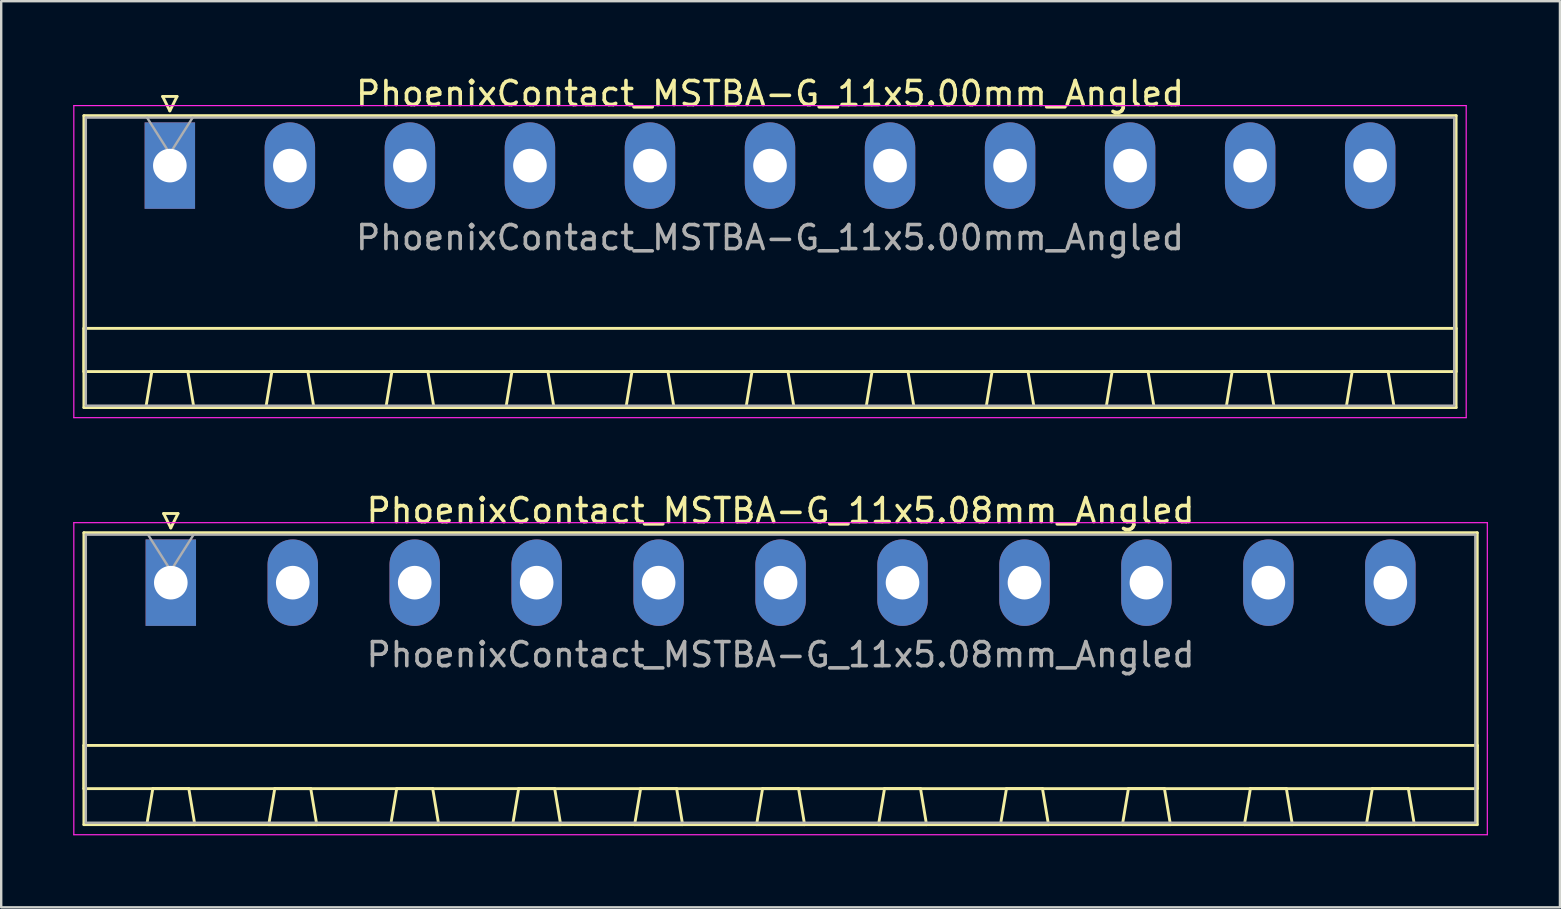
<source format=kicad_pcb>
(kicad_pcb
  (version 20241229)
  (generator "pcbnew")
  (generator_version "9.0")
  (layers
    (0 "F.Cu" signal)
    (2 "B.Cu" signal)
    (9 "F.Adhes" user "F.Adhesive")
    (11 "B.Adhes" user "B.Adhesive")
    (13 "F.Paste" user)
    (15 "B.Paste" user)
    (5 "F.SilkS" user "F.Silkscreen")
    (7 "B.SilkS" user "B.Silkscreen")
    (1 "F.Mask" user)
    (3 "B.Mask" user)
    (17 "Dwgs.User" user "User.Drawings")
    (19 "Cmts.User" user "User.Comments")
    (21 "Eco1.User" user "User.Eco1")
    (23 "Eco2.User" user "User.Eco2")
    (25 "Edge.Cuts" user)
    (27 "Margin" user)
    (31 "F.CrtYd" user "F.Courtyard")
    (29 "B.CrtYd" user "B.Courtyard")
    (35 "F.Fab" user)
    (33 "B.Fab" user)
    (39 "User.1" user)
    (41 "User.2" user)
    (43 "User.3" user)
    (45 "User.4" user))
  (footprint "PhoenixContact_MSTBA-G_11x5.08mm_Angled"
    (layer "F.Cu")
    (at 4.065 21.221)
    (property "Reference" "PhoenixContact_MSTBA-G_11x5.08mm_Angled" (at 25.4 -3 0) (layer "F.SilkS") (effects (font (size 1 1) (thickness 0.15))))
    (attr through_hole)
    (fp_line (start -3.62 -2.08) (end -3.62 10.08) (stroke (width 0.12) (type solid)) (layer "F.SilkS"))
    (fp_line (start -3.62 6.78) (end 54.42 6.78) (stroke (width 0.12) (type solid)) (layer "F.SilkS"))
    (fp_line (start -3.62 8.58) (end -3.62 6.78) (stroke (width 0.12) (type solid)) (layer "F.SilkS"))
    (fp_line (start -3.62 10.08) (end 54.42 10.08) (stroke (width 0.12) (type solid)) (layer "F.SilkS"))
    (fp_line (start -1 10.08) (end 1 10.08) (stroke (width 0.12) (type solid)) (layer "F.SilkS"))
    (fp_line (start -0.75 8.58) (end -1 10.08) (stroke (width 0.12) (type solid)) (layer "F.SilkS"))
    (fp_line (start -0.3 -2.88) (end 0.3 -2.88) (stroke (width 0.12) (type solid)) (layer "F.SilkS"))
    (fp_line (start 0 -2.28) (end -0.3 -2.88) (stroke (width 0.12) (type solid)) (layer "F.SilkS"))
    (fp_line (start 0.3 -2.88) (end 0 -2.28) (stroke (width 0.12) (type solid)) (layer "F.SilkS"))
    (fp_line (start 0.75 8.58) (end -0.75 8.58) (stroke (width 0.12) (type solid)) (layer "F.SilkS"))
    (fp_line (start 1 10.08) (end 0.75 8.58) (stroke (width 0.12) (type solid)) (layer "F.SilkS"))
    (fp_line (start 4.08 10.08) (end 6.08 10.08) (stroke (width 0.12) (type solid)) (layer "F.SilkS"))
    (fp_line (start 4.33 8.58) (end 4.08 10.08) (stroke (width 0.12) (type solid)) (layer "F.SilkS"))
    (fp_line (start 5.83 8.58) (end 4.33 8.58) (stroke (width 0.12) (type solid)) (layer "F.SilkS"))
    (fp_line (start 6.08 10.08) (end 5.83 8.58) (stroke (width 0.12) (type solid)) (layer "F.SilkS"))
    (fp_line (start 9.16 10.08) (end 11.16 10.08) (stroke (width 0.12) (type solid)) (layer "F.SilkS"))
    (fp_line (start 9.41 8.58) (end 9.16 10.08) (stroke (width 0.12) (type solid)) (layer "F.SilkS"))
    (fp_line (start 10.91 8.58) (end 9.41 8.58) (stroke (width 0.12) (type solid)) (layer "F.SilkS"))
    (fp_line (start 11.16 10.08) (end 10.91 8.58) (stroke (width 0.12) (type solid)) (layer "F.SilkS"))
    (fp_line (start 14.24 10.08) (end 16.24 10.08) (stroke (width 0.12) (type solid)) (layer "F.SilkS"))
    (fp_line (start 14.49 8.58) (end 14.24 10.08) (stroke (width 0.12) (type solid)) (layer "F.SilkS"))
    (fp_line (start 15.99 8.58) (end 14.49 8.58) (stroke (width 0.12) (type solid)) (layer "F.SilkS"))
    (fp_line (start 16.24 10.08) (end 15.99 8.58) (stroke (width 0.12) (type solid)) (layer "F.SilkS"))
    (fp_line (start 19.32 10.08) (end 21.32 10.08) (stroke (width 0.12) (type solid)) (layer "F.SilkS"))
    (fp_line (start 19.57 8.58) (end 19.32 10.08) (stroke (width 0.12) (type solid)) (layer "F.SilkS"))
    (fp_line (start 21.07 8.58) (end 19.57 8.58) (stroke (width 0.12) (type solid)) (layer "F.SilkS"))
    (fp_line (start 21.32 10.08) (end 21.07 8.58) (stroke (width 0.12) (type solid)) (layer "F.SilkS"))
    (fp_line (start 24.4 10.08) (end 26.4 10.08) (stroke (width 0.12) (type solid)) (layer "F.SilkS"))
    (fp_line (start 24.65 8.58) (end 24.4 10.08) (stroke (width 0.12) (type solid)) (layer "F.SilkS"))
    (fp_line (start 26.15 8.58) (end 24.65 8.58) (stroke (width 0.12) (type solid)) (layer "F.SilkS"))
    (fp_line (start 26.4 10.08) (end 26.15 8.58) (stroke (width 0.12) (type solid)) (layer "F.SilkS"))
    (fp_line (start 29.48 10.08) (end 31.48 10.08) (stroke (width 0.12) (type solid)) (layer "F.SilkS"))
    (fp_line (start 29.73 8.58) (end 29.48 10.08) (stroke (width 0.12) (type solid)) (layer "F.SilkS"))
    (fp_line (start 31.23 8.58) (end 29.73 8.58) (stroke (width 0.12) (type solid)) (layer "F.SilkS"))
    (fp_line (start 31.48 10.08) (end 31.23 8.58) (stroke (width 0.12) (type solid)) (layer "F.SilkS"))
    (fp_line (start 34.56 10.08) (end 36.56 10.08) (stroke (width 0.12) (type solid)) (layer "F.SilkS"))
    (fp_line (start 34.81 8.58) (end 34.56 10.08) (stroke (width 0.12) (type solid)) (layer "F.SilkS"))
    (fp_line (start 36.31 8.58) (end 34.81 8.58) (stroke (width 0.12) (type solid)) (layer "F.SilkS"))
    (fp_line (start 36.56 10.08) (end 36.31 8.58) (stroke (width 0.12) (type solid)) (layer "F.SilkS"))
    (fp_line (start 39.64 10.08) (end 41.64 10.08) (stroke (width 0.12) (type solid)) (layer "F.SilkS"))
    (fp_line (start 39.89 8.58) (end 39.64 10.08) (stroke (width 0.12) (type solid)) (layer "F.SilkS"))
    (fp_line (start 41.39 8.58) (end 39.89 8.58) (stroke (width 0.12) (type solid)) (layer "F.SilkS"))
    (fp_line (start 41.64 10.08) (end 41.39 8.58) (stroke (width 0.12) (type solid)) (layer "F.SilkS"))
    (fp_line (start 44.72 10.08) (end 46.72 10.08) (stroke (width 0.12) (type solid)) (layer "F.SilkS"))
    (fp_line (start 44.97 8.58) (end 44.72 10.08) (stroke (width 0.12) (type solid)) (layer "F.SilkS"))
    (fp_line (start 46.47 8.58) (end 44.97 8.58) (stroke (width 0.12) (type solid)) (layer "F.SilkS"))
    (fp_line (start 46.72 10.08) (end 46.47 8.58) (stroke (width 0.12) (type solid)) (layer "F.SilkS"))
    (fp_line (start 49.8 10.08) (end 51.8 10.08) (stroke (width 0.12) (type solid)) (layer "F.SilkS"))
    (fp_line (start 50.05 8.58) (end 49.8 10.08) (stroke (width 0.12) (type solid)) (layer "F.SilkS"))
    (fp_line (start 51.55 8.58) (end 50.05 8.58) (stroke (width 0.12) (type solid)) (layer "F.SilkS"))
    (fp_line (start 51.8 10.08) (end 51.55 8.58) (stroke (width 0.12) (type solid)) (layer "F.SilkS"))
    (fp_line (start 54.42 -2.08) (end -3.62 -2.08) (stroke (width 0.12) (type solid)) (layer "F.SilkS"))
    (fp_line (start 54.42 6.78) (end 54.42 8.58) (stroke (width 0.12) (type solid)) (layer "F.SilkS"))
    (fp_line (start 54.42 8.58) (end -3.62 8.58) (stroke (width 0.12) (type solid)) (layer "F.SilkS"))
    (fp_line (start 54.42 10.08) (end 54.42 -2.08) (stroke (width 0.12) (type solid)) (layer "F.SilkS"))
    (fp_line (start -4.04 -2.5) (end -4.04 10.5) (stroke (width 0.05) (type solid)) (layer "F.CrtYd"))
    (fp_line (start -4.04 10.5) (end 54.84 10.5) (stroke (width 0.05) (type solid)) (layer "F.CrtYd"))
    (fp_line (start 54.84 -2.5) (end -4.04 -2.5) (stroke (width 0.05) (type solid)) (layer "F.CrtYd"))
    (fp_line (start 54.84 10.5) (end 54.84 -2.5) (stroke (width 0.05) (type solid)) (layer "F.CrtYd"))
    (fp_line (start -3.54 -2) (end -3.54 10) (stroke (width 0.1) (type solid)) (layer "F.Fab"))
    (fp_line (start -3.54 10) (end 54.34 10) (stroke (width 0.1) (type solid)) (layer "F.Fab"))
    (fp_line (start 0 -0.5) (end -0.95 -2) (stroke (width 0.1) (type solid)) (layer "F.Fab"))
    (fp_line (start 0.95 -2) (end 0 -0.5) (stroke (width 0.1) (type solid)) (layer "F.Fab"))
    (fp_line (start 54.34 -2) (end -3.54 -2) (stroke (width 0.1) (type solid)) (layer "F.Fab"))
    (fp_line (start 54.34 10) (end 54.34 -2) (stroke (width 0.1) (type solid)) (layer "F.Fab"))
    (fp_text user "${REFERENCE}" (at 25.4 3 0) (layer "F.Fab") (effects (font (size 1 1) (thickness 0.15))))
    (pad "1" thru_hole rect (at 0 0) (size 2.1 3.6) (drill 1.4) (layers "*.Cu" "*.Mask"))
    (pad "2" thru_hole oval (at 5.08 0) (size 2.1 3.6) (drill 1.4) (layers "*.Cu" "*.Mask"))
    (pad "3" thru_hole oval (at 10.16 0) (size 2.1 3.6) (drill 1.4) (layers "*.Cu" "*.Mask"))
    (pad "4" thru_hole oval (at 15.24 0) (size 2.1 3.6) (drill 1.4) (layers "*.Cu" "*.Mask"))
    (pad "5" thru_hole oval (at 20.32 0) (size 2.1 3.6) (drill 1.4) (layers "*.Cu" "*.Mask"))
    (pad "6" thru_hole oval (at 25.4 0) (size 2.1 3.6) (drill 1.4) (layers "*.Cu" "*.Mask"))
    (pad "7" thru_hole oval (at 30.48 0) (size 2.1 3.6) (drill 1.4) (layers "*.Cu" "*.Mask"))
    (pad "8" thru_hole oval (at 35.56 0) (size 2.1 3.6) (drill 1.4) (layers "*.Cu" "*.Mask"))
    (pad "9" thru_hole oval (at 40.64 0) (size 2.1 3.6) (drill 1.4) (layers "*.Cu" "*.Mask"))
    (pad "10" thru_hole oval (at 45.72 0) (size 2.1 3.6) (drill 1.4) (layers "*.Cu" "*.Mask"))
    (pad "11" thru_hole oval (at 50.8 0) (size 2.1 3.6) (drill 1.4) (layers "*.Cu" "*.Mask")))
  (footprint "PhoenixContact_MSTBA-G_11x5.00mm_Angled"
    (layer "F.Cu")
    (at 4.025 3.848)
    (property "Reference" "PhoenixContact_MSTBA-G_11x5.00mm_Angled" (at 25 -3 0) (layer "F.SilkS") (effects (font (size 1 1) (thickness 0.15))))
    (attr through_hole)
    (fp_line (start -3.58 -2.08) (end -3.58 10.08) (stroke (width 0.12) (type solid)) (layer "F.SilkS"))
    (fp_line (start -3.58 6.78) (end 53.58 6.78) (stroke (width 0.12) (type solid)) (layer "F.SilkS"))
    (fp_line (start -3.58 8.58) (end -3.58 6.78) (stroke (width 0.12) (type solid)) (layer "F.SilkS"))
    (fp_line (start -3.58 10.08) (end 53.58 10.08) (stroke (width 0.12) (type solid)) (layer "F.SilkS"))
    (fp_line (start -1 10.08) (end 1 10.08) (stroke (width 0.12) (type solid)) (layer "F.SilkS"))
    (fp_line (start -0.75 8.58) (end -1 10.08) (stroke (width 0.12) (type solid)) (layer "F.SilkS"))
    (fp_line (start -0.3 -2.88) (end 0.3 -2.88) (stroke (width 0.12) (type solid)) (layer "F.SilkS"))
    (fp_line (start 0 -2.28) (end -0.3 -2.88) (stroke (width 0.12) (type solid)) (layer "F.SilkS"))
    (fp_line (start 0.3 -2.88) (end 0 -2.28) (stroke (width 0.12) (type solid)) (layer "F.SilkS"))
    (fp_line (start 0.75 8.58) (end -0.75 8.58) (stroke (width 0.12) (type solid)) (layer "F.SilkS"))
    (fp_line (start 1 10.08) (end 0.75 8.58) (stroke (width 0.12) (type solid)) (layer "F.SilkS"))
    (fp_line (start 4 10.08) (end 6 10.08) (stroke (width 0.12) (type solid)) (layer "F.SilkS"))
    (fp_line (start 4.25 8.58) (end 4 10.08) (stroke (width 0.12) (type solid)) (layer "F.SilkS"))
    (fp_line (start 5.75 8.58) (end 4.25 8.58) (stroke (width 0.12) (type solid)) (layer "F.SilkS"))
    (fp_line (start 6 10.08) (end 5.75 8.58) (stroke (width 0.12) (type solid)) (layer "F.SilkS"))
    (fp_line (start 9 10.08) (end 11 10.08) (stroke (width 0.12) (type solid)) (layer "F.SilkS"))
    (fp_line (start 9.25 8.58) (end 9 10.08) (stroke (width 0.12) (type solid)) (layer "F.SilkS"))
    (fp_line (start 10.75 8.58) (end 9.25 8.58) (stroke (width 0.12) (type solid)) (layer "F.SilkS"))
    (fp_line (start 11 10.08) (end 10.75 8.58) (stroke (width 0.12) (type solid)) (layer "F.SilkS"))
    (fp_line (start 14 10.08) (end 16 10.08) (stroke (width 0.12) (type solid)) (layer "F.SilkS"))
    (fp_line (start 14.25 8.58) (end 14 10.08) (stroke (width 0.12) (type solid)) (layer "F.SilkS"))
    (fp_line (start 15.75 8.58) (end 14.25 8.58) (stroke (width 0.12) (type solid)) (layer "F.SilkS"))
    (fp_line (start 16 10.08) (end 15.75 8.58) (stroke (width 0.12) (type solid)) (layer "F.SilkS"))
    (fp_line (start 19 10.08) (end 21 10.08) (stroke (width 0.12) (type solid)) (layer "F.SilkS"))
    (fp_line (start 19.25 8.58) (end 19 10.08) (stroke (width 0.12) (type solid)) (layer "F.SilkS"))
    (fp_line (start 20.75 8.58) (end 19.25 8.58) (stroke (width 0.12) (type solid)) (layer "F.SilkS"))
    (fp_line (start 21 10.08) (end 20.75 8.58) (stroke (width 0.12) (type solid)) (layer "F.SilkS"))
    (fp_line (start 24 10.08) (end 26 10.08) (stroke (width 0.12) (type solid)) (layer "F.SilkS"))
    (fp_line (start 24.25 8.58) (end 24 10.08) (stroke (width 0.12) (type solid)) (layer "F.SilkS"))
    (fp_line (start 25.75 8.58) (end 24.25 8.58) (stroke (width 0.12) (type solid)) (layer "F.SilkS"))
    (fp_line (start 26 10.08) (end 25.75 8.58) (stroke (width 0.12) (type solid)) (layer "F.SilkS"))
    (fp_line (start 29 10.08) (end 31 10.08) (stroke (width 0.12) (type solid)) (layer "F.SilkS"))
    (fp_line (start 29.25 8.58) (end 29 10.08) (stroke (width 0.12) (type solid)) (layer "F.SilkS"))
    (fp_line (start 30.75 8.58) (end 29.25 8.58) (stroke (width 0.12) (type solid)) (layer "F.SilkS"))
    (fp_line (start 31 10.08) (end 30.75 8.58) (stroke (width 0.12) (type solid)) (layer "F.SilkS"))
    (fp_line (start 34 10.08) (end 36 10.08) (stroke (width 0.12) (type solid)) (layer "F.SilkS"))
    (fp_line (start 34.25 8.58) (end 34 10.08) (stroke (width 0.12) (type solid)) (layer "F.SilkS"))
    (fp_line (start 35.75 8.58) (end 34.25 8.58) (stroke (width 0.12) (type solid)) (layer "F.SilkS"))
    (fp_line (start 36 10.08) (end 35.75 8.58) (stroke (width 0.12) (type solid)) (layer "F.SilkS"))
    (fp_line (start 39 10.08) (end 41 10.08) (stroke (width 0.12) (type solid)) (layer "F.SilkS"))
    (fp_line (start 39.25 8.58) (end 39 10.08) (stroke (width 0.12) (type solid)) (layer "F.SilkS"))
    (fp_line (start 40.75 8.58) (end 39.25 8.58) (stroke (width 0.12) (type solid)) (layer "F.SilkS"))
    (fp_line (start 41 10.08) (end 40.75 8.58) (stroke (width 0.12) (type solid)) (layer "F.SilkS"))
    (fp_line (start 44 10.08) (end 46 10.08) (stroke (width 0.12) (type solid)) (layer "F.SilkS"))
    (fp_line (start 44.25 8.58) (end 44 10.08) (stroke (width 0.12) (type solid)) (layer "F.SilkS"))
    (fp_line (start 45.75 8.58) (end 44.25 8.58) (stroke (width 0.12) (type solid)) (layer "F.SilkS"))
    (fp_line (start 46 10.08) (end 45.75 8.58) (stroke (width 0.12) (type solid)) (layer "F.SilkS"))
    (fp_line (start 49 10.08) (end 51 10.08) (stroke (width 0.12) (type solid)) (layer "F.SilkS"))
    (fp_line (start 49.25 8.58) (end 49 10.08) (stroke (width 0.12) (type solid)) (layer "F.SilkS"))
    (fp_line (start 50.75 8.58) (end 49.25 8.58) (stroke (width 0.12) (type solid)) (layer "F.SilkS"))
    (fp_line (start 51 10.08) (end 50.75 8.58) (stroke (width 0.12) (type solid)) (layer "F.SilkS"))
    (fp_line (start 53.58 -2.08) (end -3.58 -2.08) (stroke (width 0.12) (type solid)) (layer "F.SilkS"))
    (fp_line (start 53.58 6.78) (end 53.58 8.58) (stroke (width 0.12) (type solid)) (layer "F.SilkS"))
    (fp_line (start 53.58 8.58) (end -3.58 8.58) (stroke (width 0.12) (type solid)) (layer "F.SilkS"))
    (fp_line (start 53.58 10.08) (end 53.58 -2.08) (stroke (width 0.12) (type solid)) (layer "F.SilkS"))
    (fp_line (start -4 -2.5) (end -4 10.5) (stroke (width 0.05) (type solid)) (layer "F.CrtYd"))
    (fp_line (start -4 10.5) (end 54 10.5) (stroke (width 0.05) (type solid)) (layer "F.CrtYd"))
    (fp_line (start 54 -2.5) (end -4 -2.5) (stroke (width 0.05) (type solid)) (layer "F.CrtYd"))
    (fp_line (start 54 10.5) (end 54 -2.5) (stroke (width 0.05) (type solid)) (layer "F.CrtYd"))
    (fp_line (start -3.5 -2) (end -3.5 10) (stroke (width 0.1) (type solid)) (layer "F.Fab"))
    (fp_line (start -3.5 10) (end 53.5 10) (stroke (width 0.1) (type solid)) (layer "F.Fab"))
    (fp_line (start 0 -0.5) (end -0.95 -2) (stroke (width 0.1) (type solid)) (layer "F.Fab"))
    (fp_line (start 0.95 -2) (end 0 -0.5) (stroke (width 0.1) (type solid)) (layer "F.Fab"))
    (fp_line (start 53.5 -2) (end -3.5 -2) (stroke (width 0.1) (type solid)) (layer "F.Fab"))
    (fp_line (start 53.5 10) (end 53.5 -2) (stroke (width 0.1) (type solid)) (layer "F.Fab"))
    (fp_text user "${REFERENCE}" (at 25 3 0) (layer "F.Fab") (effects (font (size 1 1) (thickness 0.15))))
    (pad "1" thru_hole rect (at 0 0) (size 2.1 3.6) (drill 1.4) (layers "*.Cu" "*.Mask"))
    (pad "2" thru_hole oval (at 5 0) (size 2.1 3.6) (drill 1.4) (layers "*.Cu" "*.Mask"))
    (pad "3" thru_hole oval (at 10 0) (size 2.1 3.6) (drill 1.4) (layers "*.Cu" "*.Mask"))
    (pad "4" thru_hole oval (at 15 0) (size 2.1 3.6) (drill 1.4) (layers "*.Cu" "*.Mask"))
    (pad "5" thru_hole oval (at 20 0) (size 2.1 3.6) (drill 1.4) (layers "*.Cu" "*.Mask"))
    (pad "6" thru_hole oval (at 25 0) (size 2.1 3.6) (drill 1.4) (layers "*.Cu" "*.Mask"))
    (pad "7" thru_hole oval (at 30 0) (size 2.1 3.6) (drill 1.4) (layers "*.Cu" "*.Mask"))
    (pad "8" thru_hole oval (at 35 0) (size 2.1 3.6) (drill 1.4) (layers "*.Cu" "*.Mask"))
    (pad "9" thru_hole oval (at 40 0) (size 2.1 3.6) (drill 1.4) (layers "*.Cu" "*.Mask"))
    (pad "10" thru_hole oval (at 45 0) (size 2.1 3.6) (drill 1.4) (layers "*.Cu" "*.Mask"))
    (pad "11" thru_hole oval (at 50 0) (size 2.1 3.6) (drill 1.4) (layers "*.Cu" "*.Mask")))
  (gr_rect
    (start -3 -3)
    (end 61.93 34.746)
    (stroke (width 0.1) (type default))
    (fill no)
    (layer "Edge.Cuts")))
</source>
